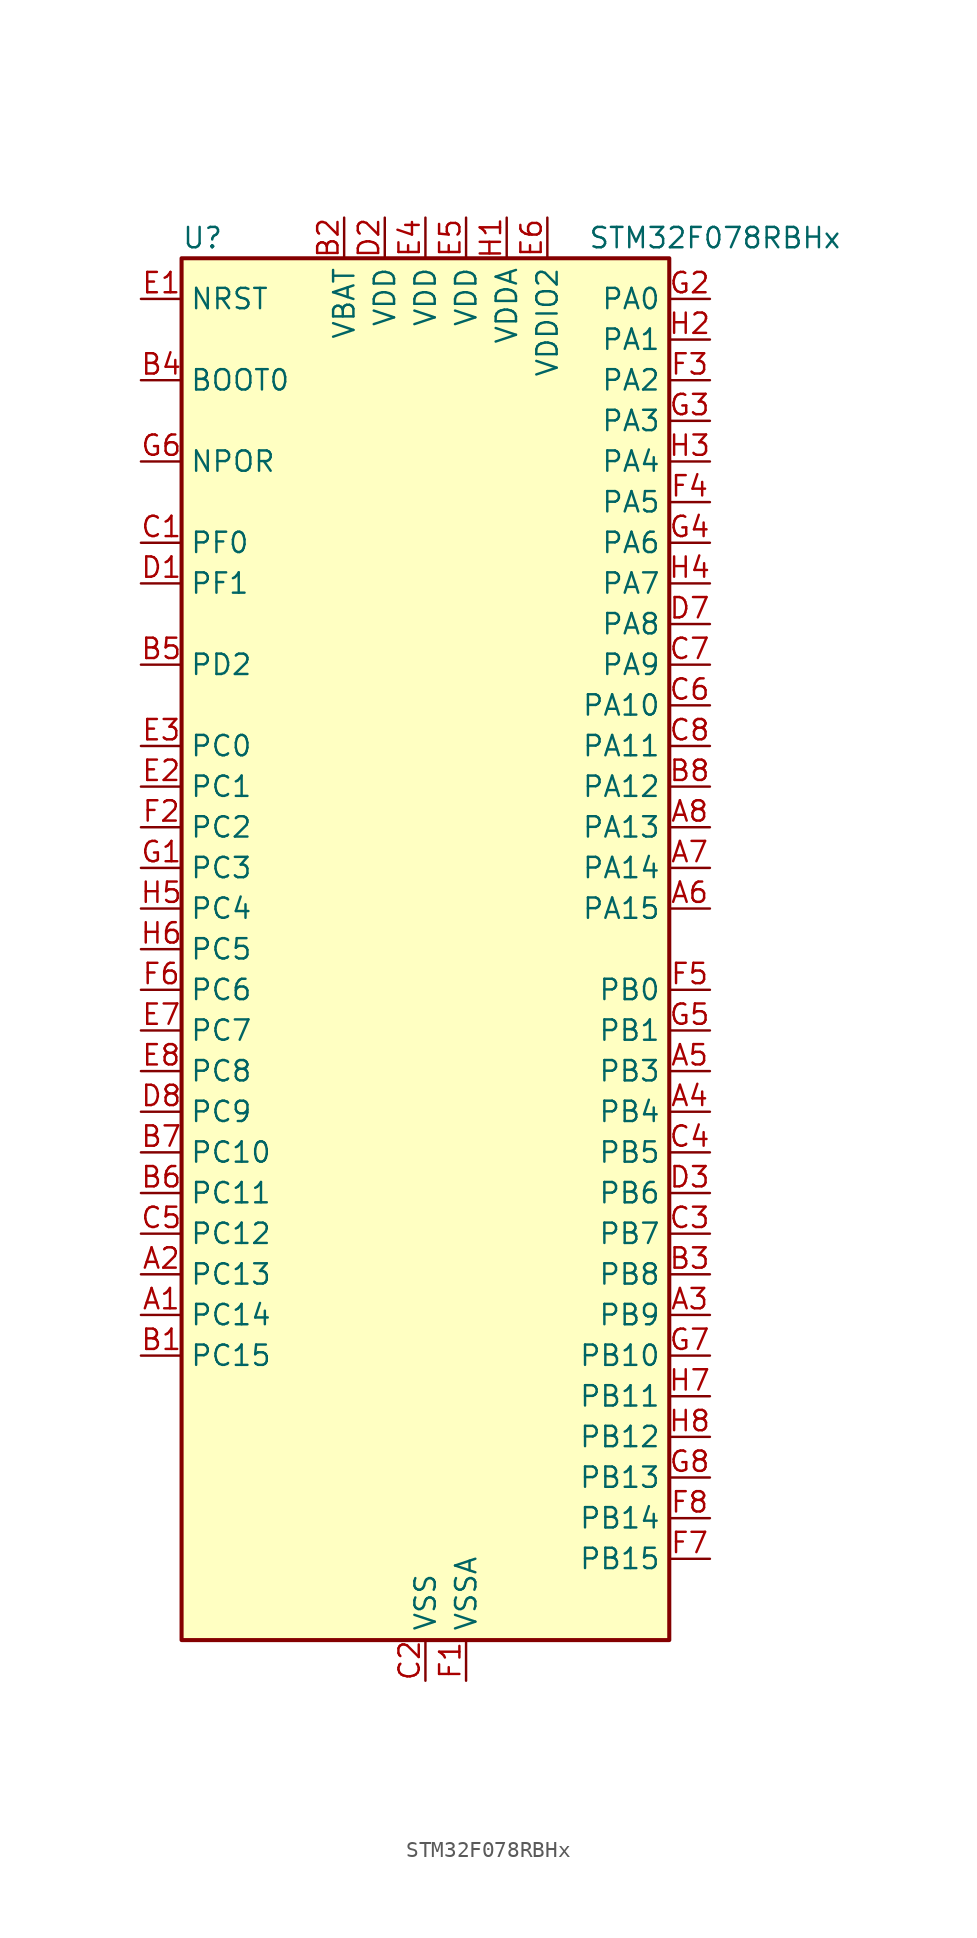
<source format=kicad_sym>
(kicad_symbol_lib
  (version 20231120)
  (generator "kicad_symbol_editor")
  (generator_version "8.0")
  (symbol "STM32F078RBHx"
    (property "Reference" "U"
      (at -15.24 44.45 0)
      (effects (font (size 1.27 1.27)) (justify left)))
    (property "Value" "STM32F078RBHx"
      (at 10.16 44.45 0)
      (effects (font (size 1.27 1.27)) (justify left)))
    (property "ki_locked" ""
      (at 0 0 0)
      (effects (font (size 1.27 1.27))))
    (symbol "STM32F078RBHx_0_1"
      (rectangle (start -15.24 -43.18) (end 15.24 43.18) (stroke (width 0.254) (type default)) (fill (type background))))
    (symbol "STM32F078RBHx_1_1"
      (pin bidirectional line (at -17.78 -22.86 0) (length 2.54) (name "PC14" (effects (font (size 1.27 1.27)))) (number "A1" (effects (font (size 1.27 1.27)))) (alternate "RCC_OSC32_IN" bidirectional line))
      (pin bidirectional line (at -17.78 -20.32 0) (length 2.54) (name "PC13" (effects (font (size 1.27 1.27)))) (number "A2" (effects (font (size 1.27 1.27)))) (alternate "RTC_OUT_ALARM" bidirectional line) (alternate "RTC_OUT_CALIB" bidirectional line) (alternate "RTC_TAMP1" bidirectional line) (alternate "RTC_TS" bidirectional line) (alternate "SYS_WKUP2" bidirectional line))
      (pin bidirectional line (at 17.78 -22.86 180) (length 2.54) (name "PB9" (effects (font (size 1.27 1.27)))) (number "A3" (effects (font (size 1.27 1.27)))) (alternate "DAC_EXTI9" bidirectional line) (alternate "I2C1_SDA" bidirectional line) (alternate "I2S2_WS" bidirectional line) (alternate "IR_OUT" bidirectional line) (alternate "SPI2_NSS" bidirectional line) (alternate "TIM17_CH1" bidirectional line))
      (pin bidirectional line (at 17.78 -10.16 180) (length 2.54) (name "PB4" (effects (font (size 1.27 1.27)))) (number "A4" (effects (font (size 1.27 1.27)))) (alternate "I2S1_MCK" bidirectional line) (alternate "SPI1_MISO" bidirectional line) (alternate "TIM17_BKIN" bidirectional line) (alternate "TIM3_CH1" bidirectional line) (alternate "TSC_G5_IO2" bidirectional line))
      (pin bidirectional line (at 17.78 -7.62 180) (length 2.54) (name "PB3" (effects (font (size 1.27 1.27)))) (number "A5" (effects (font (size 1.27 1.27)))) (alternate "I2S1_CK" bidirectional line) (alternate "SPI1_SCK" bidirectional line) (alternate "TIM2_CH2" bidirectional line) (alternate "TSC_G5_IO1" bidirectional line))
      (pin bidirectional line (at 17.78 2.54 180) (length 2.54) (name "PA15" (effects (font (size 1.27 1.27)))) (number "A6" (effects (font (size 1.27 1.27)))) (alternate "I2S1_WS" bidirectional line) (alternate "SPI1_NSS" bidirectional line) (alternate "TIM2_CH1" bidirectional line) (alternate "TIM2_ETR" bidirectional line) (alternate "USART2_RX" bidirectional line) (alternate "USART4_DE" bidirectional line) (alternate "USART4_RTS" bidirectional line))
      (pin bidirectional line (at 17.78 5.08 180) (length 2.54) (name "PA14" (effects (font (size 1.27 1.27)))) (number "A7" (effects (font (size 1.27 1.27)))) (alternate "SYS_SWCLK" bidirectional line) (alternate "USART2_TX" bidirectional line))
      (pin bidirectional line (at 17.78 7.62 180) (length 2.54) (name "PA13" (effects (font (size 1.27 1.27)))) (number "A8" (effects (font (size 1.27 1.27)))) (alternate "IR_OUT" bidirectional line) (alternate "SYS_SWDIO" bidirectional line) (alternate "USB_NOE" bidirectional line))
      (pin bidirectional line (at -17.78 -25.4 0) (length 2.54) (name "PC15" (effects (font (size 1.27 1.27)))) (number "B1" (effects (font (size 1.27 1.27)))) (alternate "RCC_OSC32_OUT" bidirectional line))
      (pin power_in line (at -5.08 45.72 270) (length 2.54) (name "VBAT" (effects (font (size 1.27 1.27)))) (number "B2" (effects (font (size 1.27 1.27)))))
      (pin bidirectional line (at 17.78 -20.32 180) (length 2.54) (name "PB8" (effects (font (size 1.27 1.27)))) (number "B3" (effects (font (size 1.27 1.27)))) (alternate "CEC" bidirectional line) (alternate "I2C1_SCL" bidirectional line) (alternate "TIM16_CH1" bidirectional line) (alternate "TSC_SYNC" bidirectional line))
      (pin input line (at -17.78 35.56 0) (length 2.54) (name "BOOT0" (effects (font (size 1.27 1.27)))) (number "B4" (effects (font (size 1.27 1.27)))))
      (pin bidirectional line (at -17.78 17.78 0) (length 2.54) (name "PD2" (effects (font (size 1.27 1.27)))) (number "B5" (effects (font (size 1.27 1.27)))) (alternate "TIM3_ETR" bidirectional line) (alternate "USART3_DE" bidirectional line) (alternate "USART3_RTS" bidirectional line))
      (pin bidirectional line (at -17.78 -15.24 0) (length 2.54) (name "PC11" (effects (font (size 1.27 1.27)))) (number "B6" (effects (font (size 1.27 1.27)))) (alternate "USART3_RX" bidirectional line) (alternate "USART4_RX" bidirectional line))
      (pin bidirectional line (at -17.78 -12.7 0) (length 2.54) (name "PC10" (effects (font (size 1.27 1.27)))) (number "B7" (effects (font (size 1.27 1.27)))) (alternate "USART3_TX" bidirectional line) (alternate "USART4_TX" bidirectional line))
      (pin bidirectional line (at 17.78 10.16 180) (length 2.54) (name "PA12" (effects (font (size 1.27 1.27)))) (number "B8" (effects (font (size 1.27 1.27)))) (alternate "COMP2_OUT" bidirectional line) (alternate "TIM1_ETR" bidirectional line) (alternate "TSC_G4_IO4" bidirectional line) (alternate "USART1_DE" bidirectional line) (alternate "USART1_RTS" bidirectional line) (alternate "USB_DP" bidirectional line))
      (pin bidirectional line (at -17.78 25.4 0) (length 2.54) (name "PF0" (effects (font (size 1.27 1.27)))) (number "C1" (effects (font (size 1.27 1.27)))) (alternate "CRS_SYNC" bidirectional line) (alternate "RCC_OSC_IN" bidirectional line))
      (pin power_in line (at 0 -45.72 90) (length 2.54) (name "VSS" (effects (font (size 1.27 1.27)))) (number "C2" (effects (font (size 1.27 1.27)))))
      (pin bidirectional line (at 17.78 -17.78 180) (length 2.54) (name "PB7" (effects (font (size 1.27 1.27)))) (number "C3" (effects (font (size 1.27 1.27)))) (alternate "I2C1_SDA" bidirectional line) (alternate "TIM17_CH1N" bidirectional line) (alternate "TSC_G5_IO4" bidirectional line) (alternate "USART1_RX" bidirectional line) (alternate "USART4_CTS" bidirectional line))
      (pin bidirectional line (at 17.78 -12.7 180) (length 2.54) (name "PB5" (effects (font (size 1.27 1.27)))) (number "C4" (effects (font (size 1.27 1.27)))) (alternate "I2C1_SMBA" bidirectional line) (alternate "I2S1_SD" bidirectional line) (alternate "SPI1_MOSI" bidirectional line) (alternate "SYS_WKUP6" bidirectional line) (alternate "TIM16_BKIN" bidirectional line) (alternate "TIM3_CH2" bidirectional line))
      (pin bidirectional line (at -17.78 -17.78 0) (length 2.54) (name "PC12" (effects (font (size 1.27 1.27)))) (number "C5" (effects (font (size 1.27 1.27)))) (alternate "USART3_CK" bidirectional line) (alternate "USART4_CK" bidirectional line))
      (pin bidirectional line (at 17.78 15.24 180) (length 2.54) (name "PA10" (effects (font (size 1.27 1.27)))) (number "C6" (effects (font (size 1.27 1.27)))) (alternate "TIM17_BKIN" bidirectional line) (alternate "TIM1_CH3" bidirectional line) (alternate "TSC_G4_IO2" bidirectional line) (alternate "USART1_RX" bidirectional line))
      (pin bidirectional line (at 17.78 17.78 180) (length 2.54) (name "PA9" (effects (font (size 1.27 1.27)))) (number "C7" (effects (font (size 1.27 1.27)))) (alternate "DAC_EXTI9" bidirectional line) (alternate "TIM15_BKIN" bidirectional line) (alternate "TIM1_CH2" bidirectional line) (alternate "TSC_G4_IO1" bidirectional line) (alternate "USART1_TX" bidirectional line))
      (pin bidirectional line (at 17.78 12.7 180) (length 2.54) (name "PA11" (effects (font (size 1.27 1.27)))) (number "C8" (effects (font (size 1.27 1.27)))) (alternate "COMP1_OUT" bidirectional line) (alternate "TIM1_CH4" bidirectional line) (alternate "TSC_G4_IO3" bidirectional line) (alternate "USART1_CTS" bidirectional line) (alternate "USB_DM" bidirectional line))
      (pin bidirectional line (at -17.78 22.86 0) (length 2.54) (name "PF1" (effects (font (size 1.27 1.27)))) (number "D1" (effects (font (size 1.27 1.27)))) (alternate "RCC_OSC_OUT" bidirectional line))
      (pin power_in line (at -2.54 45.72 270) (length 2.54) (name "VDD" (effects (font (size 1.27 1.27)))) (number "D2" (effects (font (size 1.27 1.27)))))
      (pin bidirectional line (at 17.78 -15.24 180) (length 2.54) (name "PB6" (effects (font (size 1.27 1.27)))) (number "D3" (effects (font (size 1.27 1.27)))) (alternate "I2C1_SCL" bidirectional line) (alternate "TIM16_CH1N" bidirectional line) (alternate "TSC_G5_IO3" bidirectional line) (alternate "USART1_TX" bidirectional line))
      (pin passive line (at 0 -45.72 90) (length 2.54) hide (name "VSS" (effects (font (size 1.27 1.27)))) (number "D4" (effects (font (size 1.27 1.27)))))
      (pin passive line (at 0 -45.72 90) (length 2.54) hide (name "VSS" (effects (font (size 1.27 1.27)))) (number "D5" (effects (font (size 1.27 1.27)))))
      (pin passive line (at 0 -45.72 90) (length 2.54) hide (name "VSS" (effects (font (size 1.27 1.27)))) (number "D6" (effects (font (size 1.27 1.27)))))
      (pin bidirectional line (at 17.78 20.32 180) (length 2.54) (name "PA8" (effects (font (size 1.27 1.27)))) (number "D7" (effects (font (size 1.27 1.27)))) (alternate "CRS_SYNC" bidirectional line) (alternate "RCC_MCO" bidirectional line) (alternate "TIM1_CH1" bidirectional line) (alternate "USART1_CK" bidirectional line))
      (pin bidirectional line (at -17.78 -10.16 0) (length 2.54) (name "PC9" (effects (font (size 1.27 1.27)))) (number "D8" (effects (font (size 1.27 1.27)))) (alternate "DAC_EXTI9" bidirectional line) (alternate "TIM3_CH4" bidirectional line))
      (pin input line (at -17.78 40.64 0) (length 2.54) (name "NRST" (effects (font (size 1.27 1.27)))) (number "E1" (effects (font (size 1.27 1.27)))))
      (pin bidirectional line (at -17.78 10.16 0) (length 2.54) (name "PC1" (effects (font (size 1.27 1.27)))) (number "E2" (effects (font (size 1.27 1.27)))) (alternate "ADC_IN11" bidirectional line))
      (pin bidirectional line (at -17.78 12.7 0) (length 2.54) (name "PC0" (effects (font (size 1.27 1.27)))) (number "E3" (effects (font (size 1.27 1.27)))) (alternate "ADC_IN10" bidirectional line))
      (pin power_in line (at 0 45.72 270) (length 2.54) (name "VDD" (effects (font (size 1.27 1.27)))) (number "E4" (effects (font (size 1.27 1.27)))))
      (pin power_in line (at 2.54 45.72 270) (length 2.54) (name "VDD" (effects (font (size 1.27 1.27)))) (number "E5" (effects (font (size 1.27 1.27)))))
      (pin power_in line (at 7.62 45.72 270) (length 2.54) (name "VDDIO2" (effects (font (size 1.27 1.27)))) (number "E6" (effects (font (size 1.27 1.27)))))
      (pin bidirectional line (at -17.78 -5.08 0) (length 2.54) (name "PC7" (effects (font (size 1.27 1.27)))) (number "E7" (effects (font (size 1.27 1.27)))) (alternate "TIM3_CH2" bidirectional line))
      (pin bidirectional line (at -17.78 -7.62 0) (length 2.54) (name "PC8" (effects (font (size 1.27 1.27)))) (number "E8" (effects (font (size 1.27 1.27)))) (alternate "TIM3_CH3" bidirectional line))
      (pin power_in line (at 2.54 -45.72 90) (length 2.54) (name "VSSA" (effects (font (size 1.27 1.27)))) (number "F1" (effects (font (size 1.27 1.27)))))
      (pin bidirectional line (at -17.78 7.62 0) (length 2.54) (name "PC2" (effects (font (size 1.27 1.27)))) (number "F2" (effects (font (size 1.27 1.27)))) (alternate "ADC_IN12" bidirectional line) (alternate "I2S2_MCK" bidirectional line) (alternate "SPI2_MISO" bidirectional line))
      (pin bidirectional line (at 17.78 35.56 180) (length 2.54) (name "PA2" (effects (font (size 1.27 1.27)))) (number "F3" (effects (font (size 1.27 1.27)))) (alternate "ADC_IN2" bidirectional line) (alternate "COMP2_INM" bidirectional line) (alternate "COMP2_OUT" bidirectional line) (alternate "SYS_WKUP4" bidirectional line) (alternate "TIM15_CH1" bidirectional line) (alternate "TIM2_CH3" bidirectional line) (alternate "TSC_G1_IO3" bidirectional line) (alternate "USART2_TX" bidirectional line))
      (pin bidirectional line (at 17.78 27.94 180) (length 2.54) (name "PA5" (effects (font (size 1.27 1.27)))) (number "F4" (effects (font (size 1.27 1.27)))) (alternate "ADC_IN5" bidirectional line) (alternate "CEC" bidirectional line) (alternate "COMP1_INM" bidirectional line) (alternate "COMP2_INM" bidirectional line) (alternate "DAC_OUT2" bidirectional line) (alternate "I2S1_CK" bidirectional line) (alternate "SPI1_SCK" bidirectional line) (alternate "TIM2_CH1" bidirectional line) (alternate "TIM2_ETR" bidirectional line) (alternate "TSC_G2_IO2" bidirectional line))
      (pin bidirectional line (at 17.78 -2.54 180) (length 2.54) (name "PB0" (effects (font (size 1.27 1.27)))) (number "F5" (effects (font (size 1.27 1.27)))) (alternate "ADC_IN8" bidirectional line) (alternate "TIM1_CH2N" bidirectional line) (alternate "TIM3_CH3" bidirectional line) (alternate "TSC_G3_IO2" bidirectional line) (alternate "USART3_CK" bidirectional line))
      (pin bidirectional line (at -17.78 -2.54 0) (length 2.54) (name "PC6" (effects (font (size 1.27 1.27)))) (number "F6" (effects (font (size 1.27 1.27)))) (alternate "TIM3_CH1" bidirectional line))
      (pin bidirectional line (at 17.78 -38.1 180) (length 2.54) (name "PB15" (effects (font (size 1.27 1.27)))) (number "F7" (effects (font (size 1.27 1.27)))) (alternate "I2S2_SD" bidirectional line) (alternate "RTC_REFIN" bidirectional line) (alternate "SPI2_MOSI" bidirectional line) (alternate "SYS_WKUP7" bidirectional line) (alternate "TIM15_CH1N" bidirectional line) (alternate "TIM15_CH2" bidirectional line) (alternate "TIM1_CH3N" bidirectional line))
      (pin bidirectional line (at 17.78 -35.56 180) (length 2.54) (name "PB14" (effects (font (size 1.27 1.27)))) (number "F8" (effects (font (size 1.27 1.27)))) (alternate "I2C2_SDA" bidirectional line) (alternate "I2S2_MCK" bidirectional line) (alternate "SPI2_MISO" bidirectional line) (alternate "TIM15_CH1" bidirectional line) (alternate "TIM1_CH2N" bidirectional line) (alternate "TSC_G6_IO4" bidirectional line) (alternate "USART3_DE" bidirectional line) (alternate "USART3_RTS" bidirectional line))
      (pin bidirectional line (at -17.78 5.08 0) (length 2.54) (name "PC3" (effects (font (size 1.27 1.27)))) (number "G1" (effects (font (size 1.27 1.27)))) (alternate "ADC_IN13" bidirectional line) (alternate "I2S2_SD" bidirectional line) (alternate "SPI2_MOSI" bidirectional line))
      (pin bidirectional line (at 17.78 40.64 180) (length 2.54) (name "PA0" (effects (font (size 1.27 1.27)))) (number "G2" (effects (font (size 1.27 1.27)))) (alternate "ADC_IN0" bidirectional line) (alternate "COMP1_INM" bidirectional line) (alternate "COMP1_OUT" bidirectional line) (alternate "RTC_TAMP2" bidirectional line) (alternate "SYS_WKUP1" bidirectional line) (alternate "TIM2_CH1" bidirectional line) (alternate "TIM2_ETR" bidirectional line) (alternate "TSC_G1_IO1" bidirectional line) (alternate "USART2_CTS" bidirectional line) (alternate "USART4_TX" bidirectional line))
      (pin bidirectional line (at 17.78 33.02 180) (length 2.54) (name "PA3" (effects (font (size 1.27 1.27)))) (number "G3" (effects (font (size 1.27 1.27)))) (alternate "ADC_IN3" bidirectional line) (alternate "COMP2_INP" bidirectional line) (alternate "TIM15_CH2" bidirectional line) (alternate "TIM2_CH4" bidirectional line) (alternate "TSC_G1_IO4" bidirectional line) (alternate "USART2_RX" bidirectional line))
      (pin bidirectional line (at 17.78 25.4 180) (length 2.54) (name "PA6" (effects (font (size 1.27 1.27)))) (number "G4" (effects (font (size 1.27 1.27)))) (alternate "ADC_IN6" bidirectional line) (alternate "COMP1_OUT" bidirectional line) (alternate "I2S1_MCK" bidirectional line) (alternate "SPI1_MISO" bidirectional line) (alternate "TIM16_CH1" bidirectional line) (alternate "TIM1_BKIN" bidirectional line) (alternate "TIM3_CH1" bidirectional line) (alternate "TSC_G2_IO3" bidirectional line) (alternate "USART3_CTS" bidirectional line))
      (pin bidirectional line (at 17.78 -5.08 180) (length 2.54) (name "PB1" (effects (font (size 1.27 1.27)))) (number "G5" (effects (font (size 1.27 1.27)))) (alternate "ADC_IN9" bidirectional line) (alternate "TIM14_CH1" bidirectional line) (alternate "TIM1_CH3N" bidirectional line) (alternate "TIM3_CH4" bidirectional line) (alternate "TSC_G3_IO3" bidirectional line) (alternate "USART3_DE" bidirectional line) (alternate "USART3_RTS" bidirectional line))
      (pin input line (at -17.78 30.48 0) (length 2.54) (name "NPOR" (effects (font (size 1.27 1.27)))) (number "G6" (effects (font (size 1.27 1.27)))))
      (pin bidirectional line (at 17.78 -25.4 180) (length 2.54) (name "PB10" (effects (font (size 1.27 1.27)))) (number "G7" (effects (font (size 1.27 1.27)))) (alternate "CEC" bidirectional line) (alternate "I2C2_SCL" bidirectional line) (alternate "I2S2_CK" bidirectional line) (alternate "SPI2_SCK" bidirectional line) (alternate "TIM2_CH3" bidirectional line) (alternate "TSC_SYNC" bidirectional line) (alternate "USART3_TX" bidirectional line))
      (pin bidirectional line (at 17.78 -33.02 180) (length 2.54) (name "PB13" (effects (font (size 1.27 1.27)))) (number "G8" (effects (font (size 1.27 1.27)))) (alternate "I2C2_SCL" bidirectional line) (alternate "I2S2_CK" bidirectional line) (alternate "SPI2_SCK" bidirectional line) (alternate "TIM1_CH1N" bidirectional line) (alternate "TSC_G6_IO3" bidirectional line) (alternate "USART3_CTS" bidirectional line))
      (pin power_in line (at 5.08 45.72 270) (length 2.54) (name "VDDA" (effects (font (size 1.27 1.27)))) (number "H1" (effects (font (size 1.27 1.27)))))
      (pin bidirectional line (at 17.78 38.1 180) (length 2.54) (name "PA1" (effects (font (size 1.27 1.27)))) (number "H2" (effects (font (size 1.27 1.27)))) (alternate "ADC_IN1" bidirectional line) (alternate "COMP1_INP" bidirectional line) (alternate "TIM15_CH1N" bidirectional line) (alternate "TIM2_CH2" bidirectional line) (alternate "TSC_G1_IO2" bidirectional line) (alternate "USART2_DE" bidirectional line) (alternate "USART2_RTS" bidirectional line) (alternate "USART4_RX" bidirectional line))
      (pin bidirectional line (at 17.78 30.48 180) (length 2.54) (name "PA4" (effects (font (size 1.27 1.27)))) (number "H3" (effects (font (size 1.27 1.27)))) (alternate "ADC_IN4" bidirectional line) (alternate "COMP1_INM" bidirectional line) (alternate "COMP2_INM" bidirectional line) (alternate "DAC_OUT1" bidirectional line) (alternate "I2S1_WS" bidirectional line) (alternate "SPI1_NSS" bidirectional line) (alternate "TIM14_CH1" bidirectional line) (alternate "TSC_G2_IO1" bidirectional line) (alternate "USART2_CK" bidirectional line))
      (pin bidirectional line (at 17.78 22.86 180) (length 2.54) (name "PA7" (effects (font (size 1.27 1.27)))) (number "H4" (effects (font (size 1.27 1.27)))) (alternate "ADC_IN7" bidirectional line) (alternate "COMP2_OUT" bidirectional line) (alternate "I2S1_SD" bidirectional line) (alternate "SPI1_MOSI" bidirectional line) (alternate "TIM14_CH1" bidirectional line) (alternate "TIM17_CH1" bidirectional line) (alternate "TIM1_CH1N" bidirectional line) (alternate "TIM3_CH2" bidirectional line) (alternate "TSC_G2_IO4" bidirectional line))
      (pin bidirectional line (at -17.78 2.54 0) (length 2.54) (name "PC4" (effects (font (size 1.27 1.27)))) (number "H5" (effects (font (size 1.27 1.27)))) (alternate "ADC_IN14" bidirectional line) (alternate "USART3_TX" bidirectional line))
      (pin bidirectional line (at -17.78 0 0) (length 2.54) (name "PC5" (effects (font (size 1.27 1.27)))) (number "H6" (effects (font (size 1.27 1.27)))) (alternate "ADC_IN15" bidirectional line) (alternate "SYS_WKUP5" bidirectional line) (alternate "TSC_G3_IO1" bidirectional line) (alternate "USART3_RX" bidirectional line))
      (pin bidirectional line (at 17.78 -27.94 180) (length 2.54) (name "PB11" (effects (font (size 1.27 1.27)))) (number "H7" (effects (font (size 1.27 1.27)))) (alternate "I2C2_SDA" bidirectional line) (alternate "TIM2_CH4" bidirectional line) (alternate "TSC_G6_IO1" bidirectional line) (alternate "USART3_RX" bidirectional line))
      (pin bidirectional line (at 17.78 -30.48 180) (length 2.54) (name "PB12" (effects (font (size 1.27 1.27)))) (number "H8" (effects (font (size 1.27 1.27)))) (alternate "I2S2_WS" bidirectional line) (alternate "SPI2_NSS" bidirectional line) (alternate "TIM15_BKIN" bidirectional line) (alternate "TIM1_BKIN" bidirectional line) (alternate "TSC_G6_IO2" bidirectional line) (alternate "USART3_CK" bidirectional line)))))
</source>
